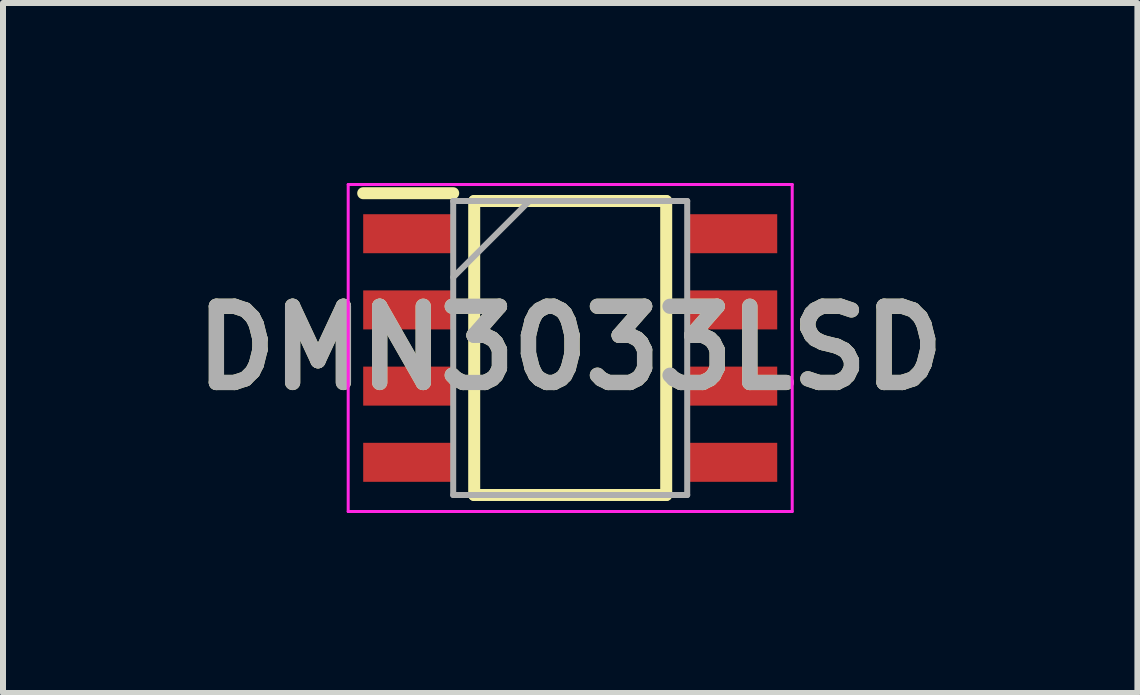
<source format=kicad_pcb>
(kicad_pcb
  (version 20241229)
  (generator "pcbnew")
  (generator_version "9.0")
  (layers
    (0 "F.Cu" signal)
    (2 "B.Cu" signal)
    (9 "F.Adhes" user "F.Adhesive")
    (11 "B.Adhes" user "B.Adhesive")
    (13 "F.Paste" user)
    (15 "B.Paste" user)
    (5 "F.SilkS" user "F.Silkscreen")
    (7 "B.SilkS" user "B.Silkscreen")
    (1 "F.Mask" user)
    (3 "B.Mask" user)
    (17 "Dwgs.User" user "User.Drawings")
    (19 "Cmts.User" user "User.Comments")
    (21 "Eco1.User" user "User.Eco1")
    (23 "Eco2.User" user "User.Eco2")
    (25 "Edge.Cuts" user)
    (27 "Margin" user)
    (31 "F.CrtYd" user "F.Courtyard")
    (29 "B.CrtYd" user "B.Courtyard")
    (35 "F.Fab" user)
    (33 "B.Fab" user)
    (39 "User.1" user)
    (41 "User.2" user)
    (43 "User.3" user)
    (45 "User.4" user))
  (footprint "DMN3033LSD"
    (layer "F.Cu")
    (at 6.453 2.75)
    (property "Reference" "DMN3033LSD" (at 0 0 0) (layer "F.SilkS") (effects (font (size 1.27 1.27) (thickness 0.254))))
    (attr smd)
    (fp_line (start -3.45 -2.58) (end -1.95 -2.58) (stroke (width 0.2) (type solid)) (layer "F.SilkS"))
    (fp_line (start -1.6 -2.45) (end 1.6 -2.45) (stroke (width 0.2) (type solid)) (layer "F.SilkS"))
    (fp_line (start -1.6 2.45) (end -1.6 -2.45) (stroke (width 0.2) (type solid)) (layer "F.SilkS"))
    (fp_line (start 1.6 -2.45) (end 1.6 2.45) (stroke (width 0.2) (type solid)) (layer "F.SilkS"))
    (fp_line (start 1.6 2.45) (end -1.6 2.45) (stroke (width 0.2) (type solid)) (layer "F.SilkS"))
    (fp_line (start -3.7 -2.725) (end 3.7 -2.725) (stroke (width 0.05) (type solid)) (layer "F.CrtYd"))
    (fp_line (start -3.7 2.725) (end -3.7 -2.725) (stroke (width 0.05) (type solid)) (layer "F.CrtYd"))
    (fp_line (start 3.7 -2.725) (end 3.7 2.725) (stroke (width 0.05) (type solid)) (layer "F.CrtYd"))
    (fp_line (start 3.7 2.725) (end -3.7 2.725) (stroke (width 0.05) (type solid)) (layer "F.CrtYd"))
    (fp_line (start -1.95 -2.45) (end 1.95 -2.45) (stroke (width 0.1) (type solid)) (layer "F.Fab"))
    (fp_line (start -1.95 -1.18) (end -0.68 -2.45) (stroke (width 0.1) (type solid)) (layer "F.Fab"))
    (fp_line (start -1.95 2.45) (end -1.95 -2.45) (stroke (width 0.1) (type solid)) (layer "F.Fab"))
    (fp_line (start 1.95 -2.45) (end 1.95 2.45) (stroke (width 0.1) (type solid)) (layer "F.Fab"))
    (fp_line (start 1.95 2.45) (end -1.95 2.45) (stroke (width 0.1) (type solid)) (layer "F.Fab"))
    (fp_text user "${REFERENCE}" (at 0 0 0) (layer "F.Fab") (effects (font (size 1.27 1.27) (thickness 0.254))))
    (pad "1" smd rect (at -2.7 -1.905 90) (size 0.65 1.5) (layers "F.Cu" "F.Mask" "F.Paste"))
    (pad "2" smd rect (at -2.7 -0.635 90) (size 0.65 1.5) (layers "F.Cu" "F.Mask" "F.Paste"))
    (pad "3" smd rect (at -2.7 0.635 90) (size 0.65 1.5) (layers "F.Cu" "F.Mask" "F.Paste"))
    (pad "4" smd rect (at -2.7 1.905 90) (size 0.65 1.5) (layers "F.Cu" "F.Mask" "F.Paste"))
    (pad "5" smd rect (at 2.7 1.905 90) (size 0.65 1.5) (layers "F.Cu" "F.Mask" "F.Paste"))
    (pad "6" smd rect (at 2.7 0.635 90) (size 0.65 1.5) (layers "F.Cu" "F.Mask" "F.Paste"))
    (pad "7" smd rect (at 2.7 -0.635 90) (size 0.65 1.5) (layers "F.Cu" "F.Mask" "F.Paste"))
    (pad "8" smd rect (at 2.7 -1.905 90) (size 0.65 1.5) (layers "F.Cu" "F.Mask" "F.Paste")))
  (gr_rect
    (start -3 -3)
    (end 15.906 8.5)
    (stroke (width 0.1) (type default))
    (fill no)
    (layer "Edge.Cuts")))
</source>
